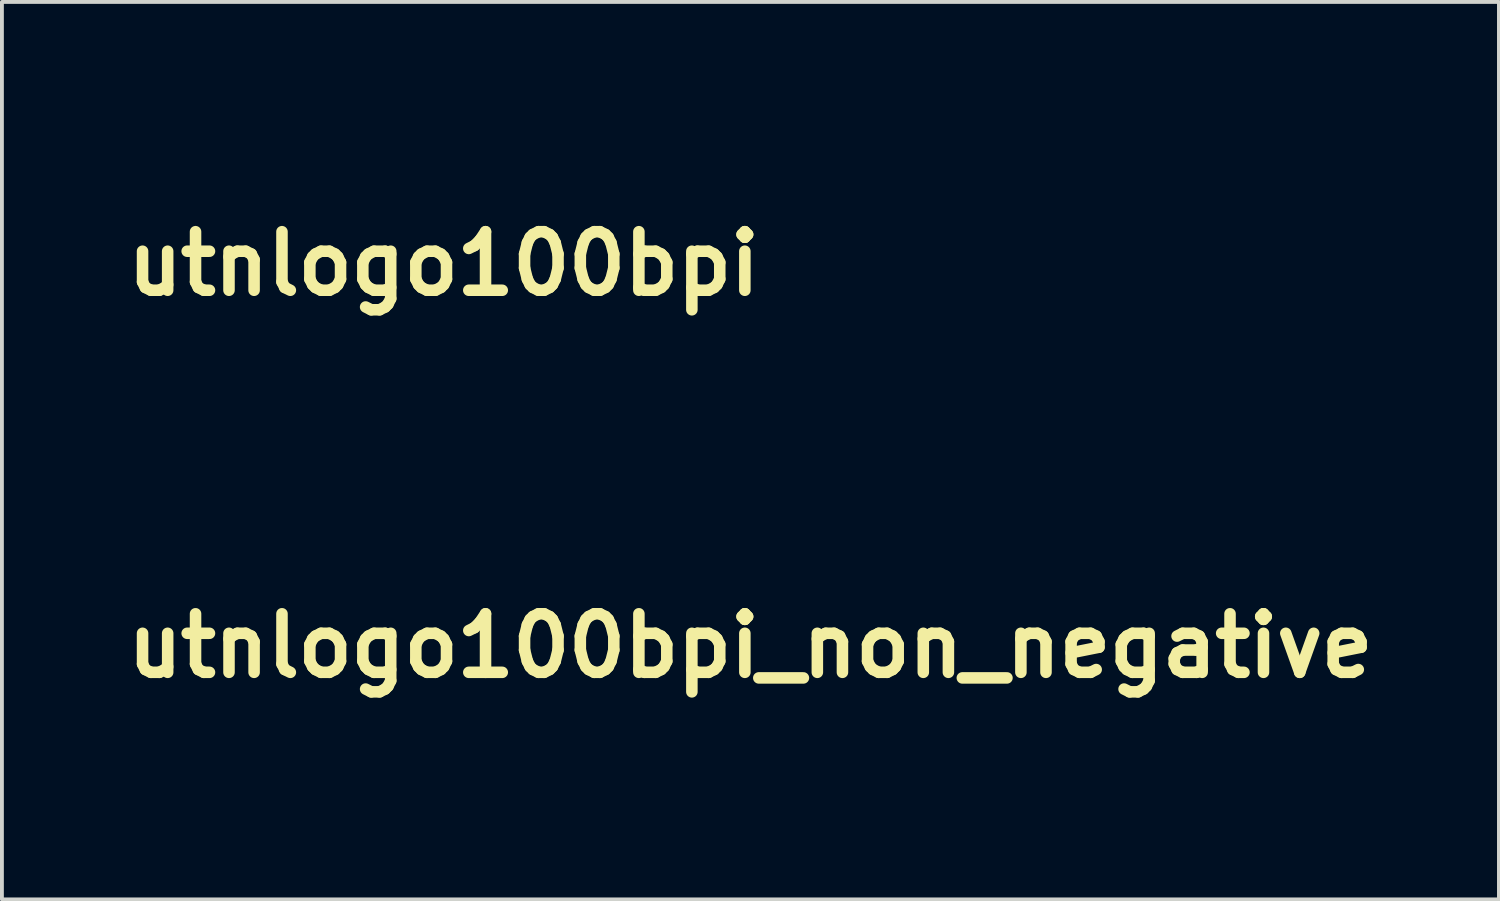
<source format=kicad_pcb>
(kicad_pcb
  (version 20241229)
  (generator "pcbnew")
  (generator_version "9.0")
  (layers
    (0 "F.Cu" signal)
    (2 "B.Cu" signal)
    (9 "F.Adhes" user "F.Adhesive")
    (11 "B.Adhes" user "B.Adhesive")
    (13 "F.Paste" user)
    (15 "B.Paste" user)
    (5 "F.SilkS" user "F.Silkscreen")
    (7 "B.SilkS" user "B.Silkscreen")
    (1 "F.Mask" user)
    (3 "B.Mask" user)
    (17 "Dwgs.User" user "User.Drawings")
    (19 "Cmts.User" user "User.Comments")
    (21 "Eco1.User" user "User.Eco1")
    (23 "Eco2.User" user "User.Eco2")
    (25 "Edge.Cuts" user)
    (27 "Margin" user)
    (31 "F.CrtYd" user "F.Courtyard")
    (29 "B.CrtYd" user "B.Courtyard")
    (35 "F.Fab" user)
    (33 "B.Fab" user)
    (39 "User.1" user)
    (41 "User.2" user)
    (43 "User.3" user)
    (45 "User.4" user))
  (footprint "utnlogo100bpi"
    (layer "F.Cu")
    (at 8.498 3.815)
    (property "Reference" "utnlogo100bpi" (at 0 0 0) (layer "F.SilkS") (effects (font (size 1.524 1.524) (thickness 0.3))))
    (attr through_hole)
    (fp_poly (pts (xy 3.734 3.835) (xy -3.734 3.835) (xy -3.734 2.489) (xy -1.626 2.489) (xy -1.626 2.875) (xy -1.622 3.066) (xy -1.611 3.214) (xy -1.591 3.326) (xy -1.559 3.41) (xy -1.513 3.472) (xy -1.456 3.518) (xy -1.358 3.561) (xy -1.229 3.586) (xy -1.088 3.595) (xy -0.952 3.585) (xy -0.84 3.556) (xy -0.817 3.545) (xy -0.709 3.465) (xy -0.632 3.358) (xy -0.609 3.3) (xy -0.6 3.243) (xy -0.592 3.148) (xy -0.587 3.026) (xy -0.584 2.889) (xy -0.584 2.85) (xy -0.584 2.489) (xy -0.483 2.489) (xy -0.483 2.769) (xy -0.127 2.769) (xy -0.127 3.581) (xy 0.203 3.581) (xy 0.203 3.215) (xy 0.664 3.215) (xy 0.664 3.342) (xy 0.667 3.449) (xy 0.67 3.525) (xy 0.675 3.562) (xy 0.676 3.564) (xy 0.71 3.573) (xy 0.777 3.58) (xy 0.842 3.581) (xy 0.989 3.581) (xy 1.003 3.01) (xy 1.4 3.581) (xy 1.727 3.581) (xy 1.727 2.489) (xy 1.397 2.489) (xy 1.397 3.084) (xy 1.2 2.793) (xy 1.003 2.502) (xy 0.847 2.494) (xy 0.691 2.487) (xy 0.68 2.609) (xy 0.674 2.694) (xy 0.669 2.807) (xy 0.666 2.938) (xy 0.664 3.077) (xy 0.664 3.215) (xy 0.203 3.215) (xy 0.203 2.769) (xy 0.559 2.769) (xy 0.559 2.489) (xy -0.483 2.489) (xy -0.584 2.489) (xy -0.584 2.487) (xy -0.927 2.502) (xy -0.933 2.845) (xy -0.937 2.976) (xy -0.941 3.093) (xy -0.946 3.184) (xy -0.951 3.237) (xy -0.952 3.242) (xy -0.987 3.293) (xy -1.053 3.327) (xy -1.131 3.338) (xy -1.181 3.328) (xy -1.223 3.306) (xy -1.254 3.271) (xy -1.274 3.218) (xy -1.287 3.137) (xy -1.294 3.021) (xy -1.295 2.863) (xy -1.295 2.846) (xy -1.295 2.489) (xy -1.626 2.489) (xy -3.734 2.489) (xy -3.734 -3.099) (xy -2.141 -3.099) (xy -2.123 -2.864) (xy -2.074 -2.487) (xy -1.985 -2.14) (xy -1.855 -1.821) (xy -1.684 -1.528) (xy -1.469 -1.26) (xy -1.461 -1.251) (xy -1.366 -1.156) (xy -1.262 -1.062) (xy -1.165 -0.985) (xy -1.139 -0.967) (xy -0.985 -0.864) (xy -2.134 -0.864) (xy -2.134 0.152) (xy -1.006 0.152) (xy -1.157 0.264) (xy -1.417 0.485) (xy -1.636 0.737) (xy -1.815 1.02) (xy -1.955 1.334) (xy -2.054 1.68) (xy -2.115 2.057) (xy -2.124 2.159) (xy -2.141 2.388) (xy -1.168 2.388) (xy -1.168 2.29) (xy -1.157 2.171) (xy -1.124 2.024) (xy -1.077 1.867) (xy -1.019 1.715) (xy -0.974 1.622) (xy -0.911 1.519) (xy -0.828 1.407) (xy -0.735 1.297) (xy -0.643 1.203) (xy -0.563 1.136) (xy -0.536 1.119) (xy -0.483 1.09) (xy -0.483 2.388) (xy 0.533 2.388) (xy 0.533 1.74) (xy 0.534 1.535) (xy 0.537 1.365) (xy 0.541 1.233) (xy 0.547 1.142) (xy 0.554 1.097) (xy 0.558 1.092) (xy 0.594 1.11) (xy 0.655 1.159) (xy 0.729 1.229) (xy 0.81 1.312) (xy 0.889 1.399) (xy 0.956 1.481) (xy 1.001 1.546) (xy 1.085 1.71) (xy 1.157 1.901) (xy 1.21 2.097) (xy 1.232 2.229) (xy 1.25 2.388) (xy 1.715 2.388) (xy 1.864 2.387) (xy 1.994 2.384) (xy 2.098 2.38) (xy 2.167 2.374) (xy 2.193 2.369) (xy 2.198 2.329) (xy 2.196 2.251) (xy 2.188 2.144) (xy 2.175 2.02) (xy 2.159 1.89) (xy 2.141 1.765) (xy 2.121 1.655) (xy 2.106 1.59) (xy 2.002 1.282) (xy 1.855 0.986) (xy 1.672 0.71) (xy 1.457 0.463) (xy 1.218 0.252) (xy 1.142 0.198) (xy 1.124 0.184) (xy 1.12 0.174) (xy 1.134 0.166) (xy 1.174 0.161) (xy 1.243 0.157) (xy 1.347 0.155) (xy 1.493 0.154) (xy 1.645 0.154) (xy 2.21 0.152) (xy 2.21 -0.864) (xy 1.632 -0.864) (xy 1.055 -0.864) (xy 1.194 -0.957) (xy 1.281 -1.022) (xy 1.382 -1.107) (xy 1.478 -1.196) (xy 1.49 -1.208) (xy 1.713 -1.47) (xy 1.894 -1.761) (xy 2.033 -2.078) (xy 2.129 -2.422) (xy 2.182 -2.791) (xy 2.19 -2.921) (xy 2.197 -3.086) (xy 1.723 -3.093) (xy 1.248 -3.1) (xy 1.232 -2.953) (xy 1.177 -2.669) (xy 1.079 -2.411) (xy 0.938 -2.178) (xy 0.772 -1.988) (xy 0.692 -1.911) (xy 0.623 -1.85) (xy 0.576 -1.812) (xy 0.559 -1.803) (xy 0.55 -1.829) (xy 0.543 -1.903) (xy 0.538 -2.027) (xy 0.535 -2.198) (xy 0.533 -2.415) (xy 0.533 -2.451) (xy 0.533 -3.099) (xy 0.026 -3.099) (xy -0.482 -3.099) (xy -0.489 -2.445) (xy -0.495 -1.791) (xy -0.699 -1.994) (xy -0.823 -2.127) (xy -0.924 -2.255) (xy -0.986 -2.354) (xy -1.042 -2.48) (xy -1.093 -2.626) (xy -1.135 -2.776) (xy -1.161 -2.913) (xy -1.168 -3.001) (xy -1.168 -3.099) (xy -1.655 -3.099) (xy -2.141 -3.099) (xy -3.734 -3.099) (xy -3.734 -3.81) (xy 3.734 -3.81) (xy 3.734 3.835)) (stroke (width 0.01) (type solid)) (fill no) (layer "Eco2.User")))
  (footprint "utnlogo100bpi_non_negative"
    (layer "F.Cu")
    (at 16.481 13.759)
    (property "Reference" "utnlogo100bpi_non_negative" (at 0 0 0) (layer "F.SilkS") (effects (font (size 1.524 1.524) (thickness 0.3))))
    (attr through_hole)
    (fp_poly (pts (xy 0.559 2.489) (xy 0.559 2.769) (xy 0.203 2.769) (xy 0.203 3.581) (xy -0.127 3.581) (xy -0.127 2.769) (xy -0.292 2.769) (xy -0.376 2.766) (xy -0.437 2.759) (xy -0.459 2.75) (xy -0.461 2.715) (xy -0.464 2.648) (xy -0.465 2.61) (xy -0.47 2.489) (xy 0.559 2.489)) (stroke (width 0.01) (type solid)) (fill no) (layer "Eco2.User"))
    (fp_poly (pts (xy 0.845 2.494) (xy 1.001 2.502) (xy 1.199 2.792) (xy 1.397 3.082) (xy 1.397 2.489) (xy 1.727 2.489) (xy 1.727 3.581) (xy 1.4 3.581) (xy 1.003 3.01) (xy 0.989 3.581) (xy 0.688 3.581) (xy 0.681 3.207) (xy 0.678 3.056) (xy 0.678 2.908) (xy 0.678 2.776) (xy 0.68 2.676) (xy 0.681 2.659) (xy 0.688 2.487) (xy 0.845 2.494)) (stroke (width 0.01) (type solid)) (fill no) (layer "Eco2.User"))
    (fp_poly (pts (xy -0.584 2.85) (xy -0.586 2.989) (xy -0.591 3.116) (xy -0.598 3.22) (xy -0.606 3.289) (xy -0.609 3.3) (xy -0.666 3.414) (xy -0.761 3.51) (xy -0.817 3.545) (xy -0.905 3.574) (xy -1.024 3.591) (xy -1.153 3.594) (xy -1.273 3.582) (xy -1.403 3.545) (xy -1.496 3.482) (xy -1.565 3.384) (xy -1.574 3.368) (xy -1.594 3.32) (xy -1.608 3.268) (xy -1.618 3.201) (xy -1.623 3.111) (xy -1.625 2.986) (xy -1.626 2.875) (xy -1.626 2.489) (xy -1.295 2.489) (xy -1.295 2.846) (xy -1.294 2.986) (xy -1.288 3.107) (xy -1.28 3.198) (xy -1.27 3.25) (xy -1.268 3.254) (xy -1.212 3.312) (xy -1.136 3.336) (xy -1.054 3.327) (xy -0.982 3.285) (xy -0.94 3.226) (xy -0.925 3.156) (xy -0.917 3.039) (xy -0.917 2.875) (xy -0.918 2.827) (xy -0.927 2.502) (xy -0.584 2.487) (xy -0.584 2.85)) (stroke (width 0.01) (type solid)) (fill no) (layer "Eco2.User"))
    (fp_poly (pts (xy 0.533 -3.099) (xy 0.533 -2.451) (xy 0.534 -2.227) (xy 0.537 -2.049) (xy 0.542 -1.919) (xy 0.549 -1.837) (xy 0.558 -1.804) (xy 0.559 -1.803) (xy 0.587 -1.82) (xy 0.642 -1.866) (xy 0.715 -1.932) (xy 0.772 -1.988) (xy 0.943 -2.189) (xy 1.081 -2.418) (xy 1.179 -2.665) (xy 1.234 -2.919) (xy 1.244 -3.055) (xy 1.247 -3.071) (xy 1.262 -3.082) (xy 1.294 -3.09) (xy 1.351 -3.094) (xy 1.439 -3.096) (xy 1.565 -3.095) (xy 1.721 -3.093) (xy 2.197 -3.086) (xy 2.19 -2.908) (xy 2.154 -2.562) (xy 2.078 -2.229) (xy 1.964 -1.915) (xy 1.816 -1.625) (xy 1.634 -1.365) (xy 1.424 -1.138) (xy 1.194 -0.957) (xy 1.055 -0.864) (xy 1.632 -0.864) (xy 2.21 -0.864) (xy 2.21 0.152) (xy 1.632 0.152) (xy 1.054 0.153) (xy 1.143 0.206) (xy 1.365 0.368) (xy 1.568 0.572) (xy 1.748 0.811) (xy 1.903 1.078) (xy 2.028 1.367) (xy 2.119 1.671) (xy 2.173 1.984) (xy 2.18 2.067) (xy 2.19 2.178) (xy 2.194 2.261) (xy 2.189 2.318) (xy 2.165 2.356) (xy 2.119 2.377) (xy 2.043 2.386) (xy 1.931 2.388) (xy 1.776 2.388) (xy 1.717 2.388) (xy 1.253 2.388) (xy 1.224 2.188) (xy 1.18 1.976) (xy 1.11 1.765) (xy 1.022 1.578) (xy 0.988 1.519) (xy 0.941 1.456) (xy 0.874 1.379) (xy 0.796 1.296) (xy 0.716 1.217) (xy 0.644 1.151) (xy 0.587 1.106) (xy 0.558 1.092) (xy 0.55 1.117) (xy 0.544 1.189) (xy 0.539 1.304) (xy 0.535 1.458) (xy 0.534 1.649) (xy 0.533 1.74) (xy 0.533 2.388) (xy -0.483 2.388) (xy -0.483 1.09) (xy -0.536 1.119) (xy -0.608 1.172) (xy -0.697 1.256) (xy -0.79 1.361) (xy -0.879 1.473) (xy -0.951 1.582) (xy -0.974 1.622) (xy -1.037 1.76) (xy -1.093 1.915) (xy -1.136 2.071) (xy -1.163 2.211) (xy -1.168 2.29) (xy -1.168 2.388) (xy -2.139 2.388) (xy -2.122 2.165) (xy -2.074 1.783) (xy -1.99 1.436) (xy -1.869 1.122) (xy -1.712 0.841) (xy -1.694 0.815) (xy -1.613 0.709) (xy -1.509 0.59) (xy -1.393 0.47) (xy -1.279 0.362) (xy -1.176 0.278) (xy -1.135 0.249) (xy -1.004 0.165) (xy -2.134 0.151) (xy -2.134 -0.864) (xy -0.985 -0.864) (xy -1.138 -0.966) (xy -1.229 -1.035) (xy -1.334 -1.125) (xy -1.432 -1.219) (xy -1.45 -1.238) (xy -1.663 -1.499) (xy -1.835 -1.783) (xy -1.967 -2.092) (xy -2.06 -2.43) (xy -2.116 -2.8) (xy -2.122 -2.871) (xy -2.14 -3.099) (xy -1.168 -3.099) (xy -1.168 -3.001) (xy -1.157 -2.889) (xy -1.128 -2.748) (xy -1.084 -2.597) (xy -1.031 -2.451) (xy -0.989 -2.359) (xy -0.899 -2.216) (xy -0.766 -2.06) (xy -0.701 -1.994) (xy -0.495 -1.791) (xy -0.489 -2.445) (xy -0.482 -3.099) (xy 0.026 -3.099) (xy 0.533 -3.099)) (stroke (width 0.01) (type solid)) (fill no) (layer "Eco2.User")))
  (gr_rect
    (start -3 -3)
    (end 35.962 20.358)
    (stroke (width 0.1) (type default))
    (fill no)
    (layer "Edge.Cuts")))
</source>
